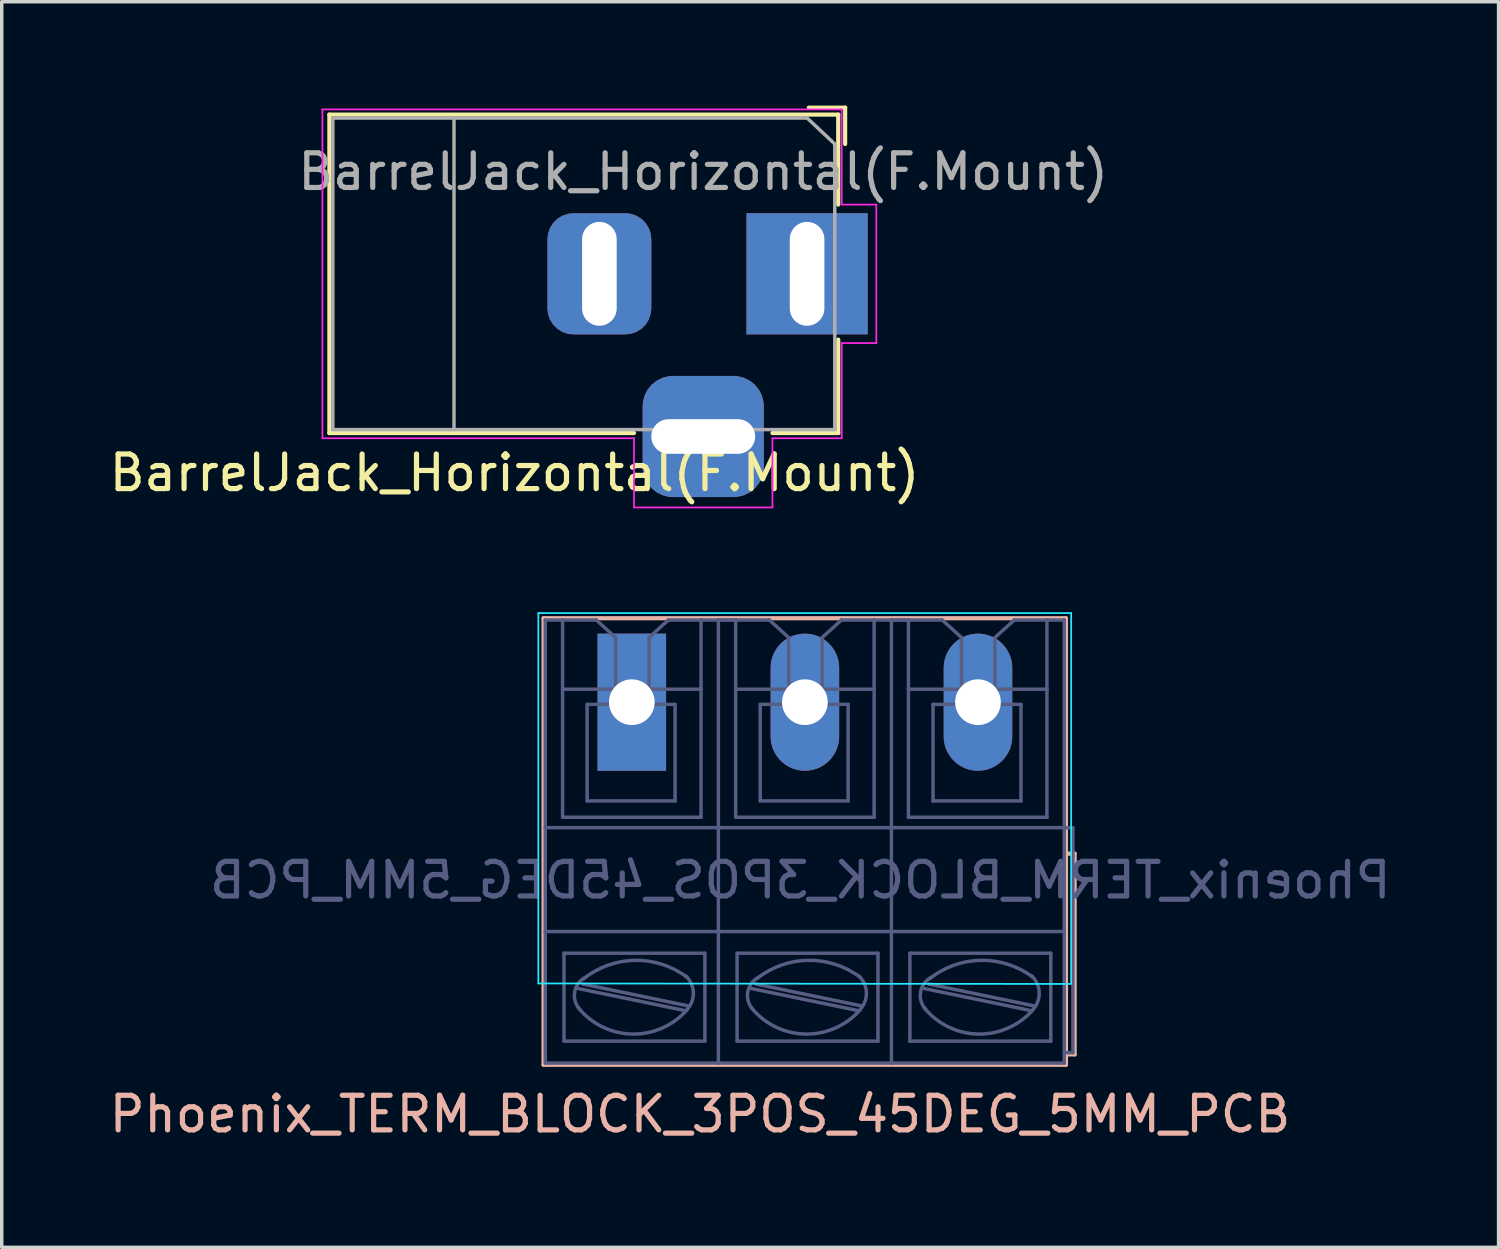
<source format=kicad_pcb>
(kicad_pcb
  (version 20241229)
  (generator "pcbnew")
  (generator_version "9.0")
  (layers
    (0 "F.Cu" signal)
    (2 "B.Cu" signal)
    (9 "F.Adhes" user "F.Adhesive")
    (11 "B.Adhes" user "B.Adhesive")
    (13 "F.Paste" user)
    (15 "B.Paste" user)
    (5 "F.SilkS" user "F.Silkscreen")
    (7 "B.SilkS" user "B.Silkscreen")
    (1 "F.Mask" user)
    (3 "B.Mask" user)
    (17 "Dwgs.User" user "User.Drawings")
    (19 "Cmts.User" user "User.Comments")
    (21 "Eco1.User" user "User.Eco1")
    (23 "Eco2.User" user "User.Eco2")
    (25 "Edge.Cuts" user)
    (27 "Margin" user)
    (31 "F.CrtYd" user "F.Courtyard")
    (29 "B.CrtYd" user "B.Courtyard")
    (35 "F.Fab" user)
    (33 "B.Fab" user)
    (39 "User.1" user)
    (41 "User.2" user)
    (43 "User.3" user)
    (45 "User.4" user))
  (footprint "BarrelJack_Horizontal(F.Mount)"
    (layer "F.Cu")
    (at 20.265 4.86)
    (property "Reference" "BarrelJack_Horizontal(F.Mount)" (at -8.45 5.75 0) (layer "F.SilkS") (effects (font (size 1 1) (thickness 0.15))))
    (attr through_hole)
    (fp_line (start -13.8 -4.6) (end 0.9 -4.6) (stroke (width 0.12) (type solid)) (layer "F.SilkS"))
    (fp_line (start -13.8 4.6) (end -13.8 -4.6) (stroke (width 0.12) (type solid)) (layer "F.SilkS"))
    (fp_line (start -5 4.6) (end -13.8 4.6) (stroke (width 0.12) (type solid)) (layer "F.SilkS"))
    (fp_line (start 0.05 -4.8) (end 1.1 -4.8) (stroke (width 0.12) (type solid)) (layer "F.SilkS"))
    (fp_line (start 0.9 -4.6) (end 0.9 -2) (stroke (width 0.12) (type solid)) (layer "F.SilkS"))
    (fp_line (start 0.9 1.9) (end 0.9 4.6) (stroke (width 0.12) (type solid)) (layer "F.SilkS"))
    (fp_line (start 0.9 4.6) (end -1 4.6) (stroke (width 0.12) (type solid)) (layer "F.SilkS"))
    (fp_line (start 1.1 -3.75) (end 1.1 -4.8) (stroke (width 0.12) (type solid)) (layer "F.SilkS"))
    (fp_line (start -14 4.75) (end -14 -4.75) (stroke (width 0.05) (type solid)) (layer "F.CrtYd"))
    (fp_line (start -5 4.75) (end -14 4.75) (stroke (width 0.05) (type solid)) (layer "F.CrtYd"))
    (fp_line (start -5 6.75) (end -5 4.75) (stroke (width 0.05) (type solid)) (layer "F.CrtYd"))
    (fp_line (start -1 4.75) (end -1 6.75) (stroke (width 0.05) (type solid)) (layer "F.CrtYd"))
    (fp_line (start -1 6.75) (end -5 6.75) (stroke (width 0.05) (type solid)) (layer "F.CrtYd"))
    (fp_line (start 1 -4.75) (end -14 -4.75) (stroke (width 0.05) (type solid)) (layer "F.CrtYd"))
    (fp_line (start 1 -4.5) (end 1 -4.75) (stroke (width 0.05) (type solid)) (layer "F.CrtYd"))
    (fp_line (start 1 -4.5) (end 1 -2) (stroke (width 0.05) (type solid)) (layer "F.CrtYd"))
    (fp_line (start 1 -2) (end 2 -2) (stroke (width 0.05) (type solid)) (layer "F.CrtYd"))
    (fp_line (start 1 2) (end 1 4.75) (stroke (width 0.05) (type solid)) (layer "F.CrtYd"))
    (fp_line (start 1 4.75) (end -1 4.75) (stroke (width 0.05) (type solid)) (layer "F.CrtYd"))
    (fp_line (start 2 -2) (end 2 2) (stroke (width 0.05) (type solid)) (layer "F.CrtYd"))
    (fp_line (start 2 2) (end 1 2) (stroke (width 0.05) (type solid)) (layer "F.CrtYd"))
    (fp_line (start -13.7 -4.5) (end -13.7 4.5) (stroke (width 0.1) (type solid)) (layer "F.Fab"))
    (fp_line (start -13.7 4.5) (end 0.8 4.5) (stroke (width 0.1) (type solid)) (layer "F.Fab"))
    (fp_line (start -10.2 -4.5) (end -10.2 4.5) (stroke (width 0.1) (type solid)) (layer "F.Fab"))
    (fp_line (start -0.003 -4.505) (end 0.8 -3.75) (stroke (width 0.1) (type solid)) (layer "F.Fab"))
    (fp_line (start 0 -4.5) (end -13.7 -4.5) (stroke (width 0.1) (type solid)) (layer "F.Fab"))
    (fp_line (start 0.8 4.5) (end 0.8 -3.75) (stroke (width 0.1) (type solid)) (layer "F.Fab"))
    (fp_text user "${REFERENCE}" (at -3 -2.95 0) (layer "F.Fab") (effects (font (size 1 1) (thickness 0.15))))
    (pad "1" thru_hole rect (at 0 0) (size 3.5 3.5) (drill oval 1 3) (layers "*.Cu" "*.Mask"))
    (pad "2" thru_hole roundrect (at -6 0) (size 3 3.5) (drill oval 1 3) (layers "*.Cu" "*.Mask") (roundrect_rratio 0.25))
    (pad "3" thru_hole roundrect (at -3 4.7) (size 3.5 3.5) (drill oval 3 1) (layers "*.Cu" "*.Mask") (roundrect_rratio 0.25)))
  (footprint "Phoenix_TERM_BLOCK_3POS_45DEG_5MM_PCB"
    (layer "F.Cu")
    (at 15.202 17.235)
    (property "Reference" "Phoenix_TERM_BLOCK_3POS_45DEG_5MM_PCB" (at 1.97 11.9 0) (layer "B.SilkS") (effects (font (size 1 1) (thickness 0.15))))
    (attr through_hole)
    (fp_line (start -2.55 -2.425) (end -2.55 10.475) (stroke (width 0.12) (type solid)) (layer "B.SilkS"))
    (fp_line (start -2.55 10.475) (end 12.542 10.475) (stroke (width 0.12) (type solid)) (layer "B.SilkS"))
    (fp_line (start 12.542 -2.425) (end -2.55 -2.425) (stroke (width 0.12) (type solid)) (layer "B.SilkS"))
    (fp_line (start 12.542 4.375) (end 12.542 -2.425) (stroke (width 0.12) (type solid)) (layer "B.SilkS"))
    (fp_line (start 12.542 10.175) (end 12.542 4.375) (stroke (width 0.12) (type solid)) (layer "B.SilkS"))
    (fp_line (start 12.542 10.175) (end 12.792 10.175) (stroke (width 0.12) (type solid)) (layer "B.SilkS"))
    (fp_line (start 12.542 10.475) (end 12.542 10.175) (stroke (width 0.12) (type solid)) (layer "B.SilkS"))
    (fp_line (start 12.792 4.375) (end 12.542 4.375) (stroke (width 0.12) (type solid)) (layer "B.SilkS"))
    (fp_line (start 12.792 10.175) (end 12.792 4.375) (stroke (width 0.12) (type solid)) (layer "B.SilkS"))
    (fp_line (start -2.7 8.125) (end -2.7 -2.575) (stroke (width 0.05) (type solid)) (layer "B.CrtYd"))
    (fp_line (start -2.7 8.125) (end 12.689 8.14) (stroke (width 0.05) (type solid)) (layer "B.CrtYd"))
    (fp_line (start 12.692 -2.575) (end -2.7 -2.575) (stroke (width 0.05) (type solid)) (layer "B.CrtYd"))
    (fp_line (start 12.692 -2.575) (end 12.692 8.125) (stroke (width 0.05) (type solid)) (layer "B.CrtYd"))
    (fp_line (start -2.5 -2.375) (end -2.5 3.625) (stroke (width 0.1) (type solid)) (layer "B.Fab"))
    (fp_line (start -2.5 -2.375) (end -2 -2.375) (stroke (width 0.1) (type solid)) (layer "B.Fab"))
    (fp_line (start -2.5 3.625) (end -2.5 6.625) (stroke (width 0.1) (type solid)) (layer "B.Fab"))
    (fp_line (start -2.5 6.625) (end -2.5 10.425) (stroke (width 0.1) (type solid)) (layer "B.Fab"))
    (fp_line (start -2 -2.375) (end -1.027 -2.375) (stroke (width 0.1) (type solid)) (layer "B.Fab"))
    (fp_line (start -2 -0.375) (end -2 -2.375) (stroke (width 0.1) (type solid)) (layer "B.Fab"))
    (fp_line (start -2 3.325) (end -2 -0.375) (stroke (width 0.1) (type solid)) (layer "B.Fab"))
    (fp_line (start -1.959 7.252) (end -1.959 9.792) (stroke (width 0.1) (type solid)) (layer "B.Fab"))
    (fp_line (start -1.549 8.272) (end 1.501 8.902) (stroke (width 0.1) (type solid)) (layer "B.Fab"))
    (fp_line (start -1.419 8.142) (end 1.621 8.772) (stroke (width 0.1) (type solid)) (layer "B.Fab"))
    (fp_line (start -1.291 0.063) (end -1.291 2.853) (stroke (width 0.1) (type solid)) (layer "B.Fab"))
    (fp_line (start -1.291 0.063) (end 1.249 0.063) (stroke (width 0.1) (type solid)) (layer "B.Fab"))
    (fp_line (start -1.291 2.853) (end 1.249 2.853) (stroke (width 0.1) (type solid)) (layer "B.Fab"))
    (fp_line (start -1.027 -2.375) (end -0.468 -1.867) (stroke (width 0.1) (type solid)) (layer "B.Fab"))
    (fp_line (start -0.468 -1.867) (end -0.468 -0.394) (stroke (width 0.1) (type solid)) (layer "B.Fab"))
    (fp_line (start 0.497 -1.867) (end 0.497 -0.394) (stroke (width 0.1) (type solid)) (layer "B.Fab"))
    (fp_line (start 1.056 -2.375) (end 0.497 -1.867) (stroke (width 0.1) (type solid)) (layer "B.Fab"))
    (fp_line (start 1.249 0.063) (end 1.249 2.853) (stroke (width 0.1) (type solid)) (layer "B.Fab"))
    (fp_line (start 2 -2.375) (end 1.056 -2.375) (stroke (width 0.1) (type solid)) (layer "B.Fab"))
    (fp_line (start 2 -2.375) (end 2 -0.375) (stroke (width 0.1) (type solid)) (layer "B.Fab"))
    (fp_line (start 2 -2.375) (end 2.5 -2.375) (stroke (width 0.1) (type solid)) (layer "B.Fab"))
    (fp_line (start 2 -0.375) (end -2 -0.375) (stroke (width 0.1) (type solid)) (layer "B.Fab"))
    (fp_line (start 2 -0.375) (end 2 3.325) (stroke (width 0.1) (type solid)) (layer "B.Fab"))
    (fp_line (start 2 3.325) (end -2 3.325) (stroke (width 0.1) (type solid)) (layer "B.Fab"))
    (fp_line (start 2.111 7.252) (end -1.959 7.252) (stroke (width 0.1) (type solid)) (layer "B.Fab"))
    (fp_line (start 2.111 7.252) (end 2.111 9.792) (stroke (width 0.1) (type solid)) (layer "B.Fab"))
    (fp_line (start 2.111 9.792) (end -1.959 9.792) (stroke (width 0.1) (type solid)) (layer "B.Fab"))
    (fp_line (start 2.5 -2.375) (end 2.5 3.625) (stroke (width 0.1) (type solid)) (layer "B.Fab"))
    (fp_line (start 2.5 -2.375) (end 3 -2.375) (stroke (width 0.1) (type solid)) (layer "B.Fab"))
    (fp_line (start 2.5 -2.375) (end 3 -2.375) (stroke (width 0.1) (type solid)) (layer "B.Fab"))
    (fp_line (start 2.5 3.625) (end -2.5 3.625) (stroke (width 0.1) (type solid)) (layer "B.Fab"))
    (fp_line (start 2.5 3.625) (end 2.5 6.625) (stroke (width 0.1) (type solid)) (layer "B.Fab"))
    (fp_line (start 2.5 6.625) (end -2.5 6.625) (stroke (width 0.1) (type solid)) (layer "B.Fab"))
    (fp_line (start 2.5 6.625) (end 2.5 10.425) (stroke (width 0.1) (type solid)) (layer "B.Fab"))
    (fp_line (start 2.5 10.425) (end -2.5 10.425) (stroke (width 0.1) (type solid)) (layer "B.Fab"))
    (fp_line (start 3 -2.375) (end 3.973 -2.375) (stroke (width 0.1) (type solid)) (layer "B.Fab"))
    (fp_line (start 3 -0.375) (end 3 -2.375) (stroke (width 0.1) (type solid)) (layer "B.Fab"))
    (fp_line (start 3 3.325) (end 3 -0.375) (stroke (width 0.1) (type solid)) (layer "B.Fab"))
    (fp_line (start 3.041 7.252) (end 3.041 9.792) (stroke (width 0.1) (type solid)) (layer "B.Fab"))
    (fp_line (start 3.451 8.272) (end 6.501 8.902) (stroke (width 0.1) (type solid)) (layer "B.Fab"))
    (fp_line (start 3.581 8.142) (end 6.621 8.772) (stroke (width 0.1) (type solid)) (layer "B.Fab"))
    (fp_line (start 3.709 0.063) (end 3.709 2.853) (stroke (width 0.1) (type solid)) (layer "B.Fab"))
    (fp_line (start 3.709 0.063) (end 6.249 0.063) (stroke (width 0.1) (type solid)) (layer "B.Fab"))
    (fp_line (start 3.709 2.853) (end 6.249 2.853) (stroke (width 0.1) (type solid)) (layer "B.Fab"))
    (fp_line (start 3.973 -2.375) (end 4.532 -1.867) (stroke (width 0.1) (type solid)) (layer "B.Fab"))
    (fp_line (start 4.532 -1.867) (end 4.532 -0.394) (stroke (width 0.1) (type solid)) (layer "B.Fab"))
    (fp_line (start 5.497 -1.867) (end 5.497 -0.394) (stroke (width 0.1) (type solid)) (layer "B.Fab"))
    (fp_line (start 6.056 -2.375) (end 5.497 -1.867) (stroke (width 0.1) (type solid)) (layer "B.Fab"))
    (fp_line (start 6.249 0.063) (end 6.249 2.853) (stroke (width 0.1) (type solid)) (layer "B.Fab"))
    (fp_line (start 7 -2.375) (end 6.056 -2.375) (stroke (width 0.1) (type solid)) (layer "B.Fab"))
    (fp_line (start 7 -2.375) (end 7 -0.375) (stroke (width 0.1) (type solid)) (layer "B.Fab"))
    (fp_line (start 7 -2.375) (end 7.5 -2.375) (stroke (width 0.1) (type solid)) (layer "B.Fab"))
    (fp_line (start 7 -0.375) (end 3 -0.375) (stroke (width 0.1) (type solid)) (layer "B.Fab"))
    (fp_line (start 7 -0.375) (end 7 3.325) (stroke (width 0.1) (type solid)) (layer "B.Fab"))
    (fp_line (start 7 3.325) (end 3 3.325) (stroke (width 0.1) (type solid)) (layer "B.Fab"))
    (fp_line (start 7.111 7.252) (end 3.041 7.252) (stroke (width 0.1) (type solid)) (layer "B.Fab"))
    (fp_line (start 7.111 7.252) (end 7.111 9.792) (stroke (width 0.1) (type solid)) (layer "B.Fab"))
    (fp_line (start 7.111 9.792) (end 3.041 9.792) (stroke (width 0.1) (type solid)) (layer "B.Fab"))
    (fp_line (start 7.492 -2.375) (end 7.992 -2.375) (stroke (width 0.1) (type solid)) (layer "B.Fab"))
    (fp_line (start 7.492 -2.375) (end 7.992 -2.375) (stroke (width 0.1) (type solid)) (layer "B.Fab"))
    (fp_line (start 7.5 -2.375) (end 7.5 3.625) (stroke (width 0.1) (type solid)) (layer "B.Fab"))
    (fp_line (start 7.5 3.625) (end 2.5 3.625) (stroke (width 0.1) (type solid)) (layer "B.Fab"))
    (fp_line (start 7.5 3.625) (end 7.5 6.625) (stroke (width 0.1) (type solid)) (layer "B.Fab"))
    (fp_line (start 7.5 6.625) (end 2.5 6.625) (stroke (width 0.1) (type solid)) (layer "B.Fab"))
    (fp_line (start 7.5 6.625) (end 7.5 10.425) (stroke (width 0.1) (type solid)) (layer "B.Fab"))
    (fp_line (start 7.5 10.425) (end 2.5 10.425) (stroke (width 0.1) (type solid)) (layer "B.Fab"))
    (fp_line (start 7.992 -2.375) (end 8.966 -2.375) (stroke (width 0.1) (type solid)) (layer "B.Fab"))
    (fp_line (start 7.992 -0.375) (end 7.992 -2.375) (stroke (width 0.1) (type solid)) (layer "B.Fab"))
    (fp_line (start 7.992 3.325) (end 7.992 -0.375) (stroke (width 0.1) (type solid)) (layer "B.Fab"))
    (fp_line (start 8.033 7.252) (end 8.033 9.792) (stroke (width 0.1) (type solid)) (layer "B.Fab"))
    (fp_line (start 8.443 8.272) (end 11.493 8.902) (stroke (width 0.1) (type solid)) (layer "B.Fab"))
    (fp_line (start 8.573 8.142) (end 11.613 8.772) (stroke (width 0.1) (type solid)) (layer "B.Fab"))
    (fp_line (start 8.702 0.063) (end 8.702 2.853) (stroke (width 0.1) (type solid)) (layer "B.Fab"))
    (fp_line (start 8.702 0.063) (end 11.242 0.063) (stroke (width 0.1) (type solid)) (layer "B.Fab"))
    (fp_line (start 8.702 2.853) (end 11.242 2.853) (stroke (width 0.1) (type solid)) (layer "B.Fab"))
    (fp_line (start 8.966 -2.375) (end 9.524 -1.867) (stroke (width 0.1) (type solid)) (layer "B.Fab"))
    (fp_line (start 9.524 -1.867) (end 9.524 -0.394) (stroke (width 0.1) (type solid)) (layer "B.Fab"))
    (fp_line (start 10.49 -1.867) (end 10.49 -0.394) (stroke (width 0.1) (type solid)) (layer "B.Fab"))
    (fp_line (start 11.048 -2.375) (end 10.49 -1.867) (stroke (width 0.1) (type solid)) (layer "B.Fab"))
    (fp_line (start 11.242 0.063) (end 11.242 2.853) (stroke (width 0.1) (type solid)) (layer "B.Fab"))
    (fp_line (start 11.992 -2.375) (end 11.048 -2.375) (stroke (width 0.1) (type solid)) (layer "B.Fab"))
    (fp_line (start 11.992 -2.375) (end 11.992 -0.375) (stroke (width 0.1) (type solid)) (layer "B.Fab"))
    (fp_line (start 11.992 -2.375) (end 12.492 -2.375) (stroke (width 0.1) (type solid)) (layer "B.Fab"))
    (fp_line (start 11.992 -0.375) (end 7.992 -0.375) (stroke (width 0.1) (type solid)) (layer "B.Fab"))
    (fp_line (start 11.992 -0.375) (end 11.992 3.325) (stroke (width 0.1) (type solid)) (layer "B.Fab"))
    (fp_line (start 11.992 3.325) (end 7.992 3.325) (stroke (width 0.1) (type solid)) (layer "B.Fab"))
    (fp_line (start 12.103 7.252) (end 8.033 7.252) (stroke (width 0.1) (type solid)) (layer "B.Fab"))
    (fp_line (start 12.103 7.252) (end 12.103 9.792) (stroke (width 0.1) (type solid)) (layer "B.Fab"))
    (fp_line (start 12.103 9.792) (end 8.033 9.792) (stroke (width 0.1) (type solid)) (layer "B.Fab"))
    (fp_line (start 12.492 3.625) (end 7.492 3.625) (stroke (width 0.1) (type solid)) (layer "B.Fab"))
    (fp_line (start 12.492 3.625) (end 12.492 -2.375) (stroke (width 0.1) (type solid)) (layer "B.Fab"))
    (fp_line (start 12.492 3.625) (end 12.492 6.625) (stroke (width 0.1) (type solid)) (layer "B.Fab"))
    (fp_line (start 12.492 6.625) (end 7.492 6.625) (stroke (width 0.1) (type solid)) (layer "B.Fab"))
    (fp_line (start 12.492 6.625) (end 12.492 10.425) (stroke (width 0.1) (type solid)) (layer "B.Fab"))
    (fp_line (start 12.492 10.425) (end 7.492 10.425) (stroke (width 0.1) (type solid)) (layer "B.Fab"))
    (fp_line (start 12.742 3.625) (end 12.492 3.625) (stroke (width 0.1) (type solid)) (layer "B.Fab"))
    (fp_line (start 12.742 10.125) (end 12.492 10.125) (stroke (width 0.1) (type solid)) (layer "B.Fab"))
    (fp_line (start 12.742 10.125) (end 12.742 3.625) (stroke (width 0.1) (type solid)) (layer "B.Fab"))
    (fp_arc (start -1.504626 8.871405) (mid -1.651524 8.373915) (end -1.3492 7.9524) (stroke (width 0.1) (type solid)) (layer "B.Fab"))
    (fp_arc (start -1.391533 7.990663) (mid 0.091383 7.456718) (end 1.5908 7.9424) (stroke (width 0.1) (type solid)) (layer "B.Fab"))
    (fp_arc (start 1.546332 7.898405) (mid 1.776533 8.374052) (end 1.6008 8.8724) (stroke (width 0.1) (type solid)) (layer "B.Fab"))
    (fp_arc (start 1.599039 8.884086) (mid 0.010537 9.587267) (end -1.5492 8.8224) (stroke (width 0.1) (type solid)) (layer "B.Fab"))
    (fp_arc (start 3.495374 8.871405) (mid 3.348476 8.373915) (end 3.6508 7.9524) (stroke (width 0.1) (type solid)) (layer "B.Fab"))
    (fp_arc (start 3.608467 7.990663) (mid 5.091383 7.456718) (end 6.5908 7.9424) (stroke (width 0.1) (type solid)) (layer "B.Fab"))
    (fp_arc (start 6.546332 7.898405) (mid 6.776533 8.374052) (end 6.6008 8.8724) (stroke (width 0.1) (type solid)) (layer "B.Fab"))
    (fp_arc (start 6.599039 8.884086) (mid 5.010537 9.587267) (end 3.4508 8.8224) (stroke (width 0.1) (type solid)) (layer "B.Fab"))
    (fp_arc (start 8.487774 8.871405) (mid 8.340876 8.373915) (end 8.6432 7.9524) (stroke (width 0.1) (type solid)) (layer "B.Fab"))
    (fp_arc (start 8.600867 7.990663) (mid 10.083783 7.456718) (end 11.5832 7.9424) (stroke (width 0.1) (type solid)) (layer "B.Fab"))
    (fp_arc (start 11.538732 7.898405) (mid 11.768933 8.374052) (end 11.5932 8.8724) (stroke (width 0.1) (type solid)) (layer "B.Fab"))
    (fp_arc (start 11.591439 8.884086) (mid 10.002937 9.587267) (end 8.4432 8.8224) (stroke (width 0.1) (type solid)) (layer "B.Fab"))
    (fp_text user "${REFERENCE}" (at 4.866 5.143 0) (layer "B.Fab") (effects (font (size 1 1) (thickness 0.15)) (justify mirror)))
    (pad "1" thru_hole rect (at 0 0) (size 1.98 3.96) (drill 1.32) (layers "*.Cu" "*.Mask" "F.Paste"))
    (pad "2" thru_hole oval (at 5 0) (size 1.98 3.96) (drill 1.32) (layers "*.Cu" "*.Mask" "F.Paste"))
    (pad "3" thru_hole oval (at 10 0) (size 1.98 3.96) (drill 1.32) (layers "*.Cu" "*.Mask" "F.Paste")))
  (gr_rect
    (start -3 -3)
    (end 40.241 32.983)
    (stroke (width 0.1) (type default))
    (fill no)
    (layer "Edge.Cuts")))
</source>
